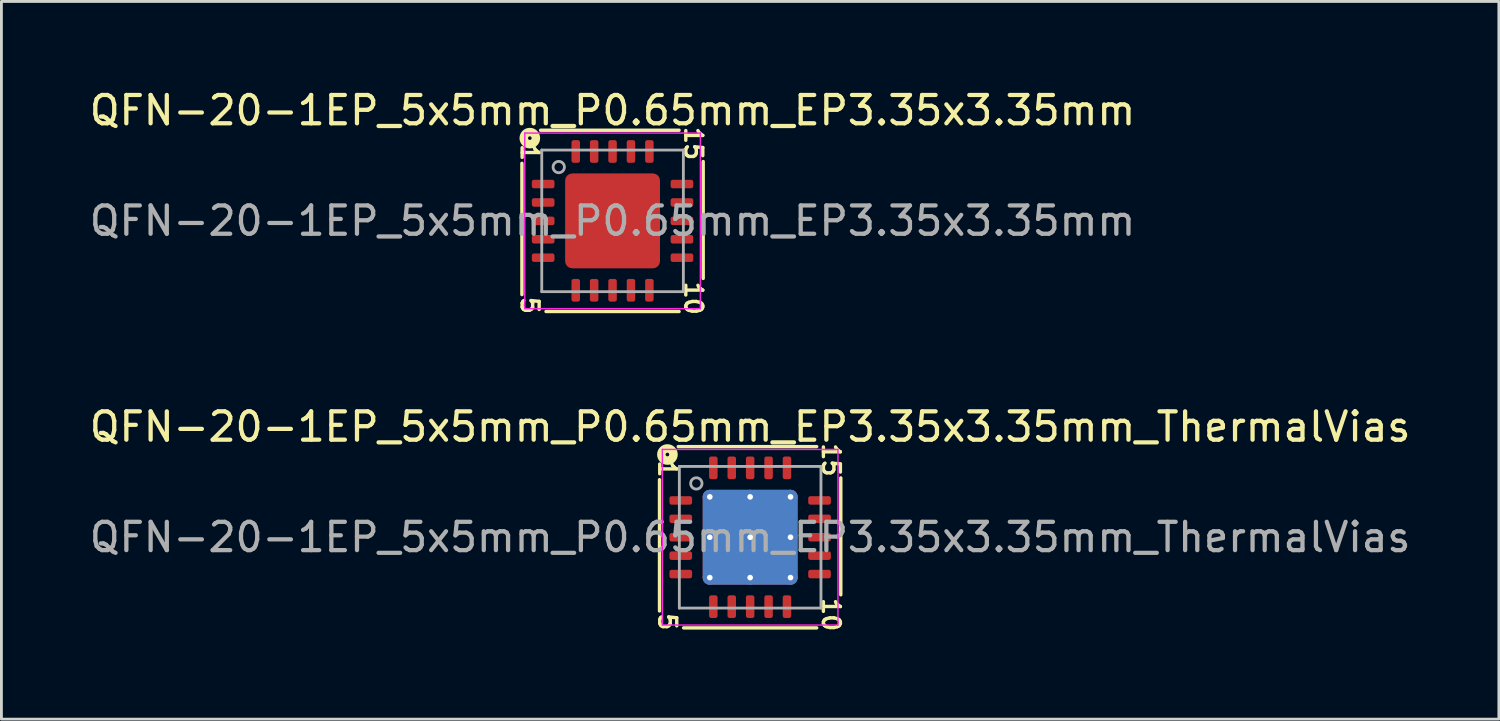
<source format=kicad_pcb>
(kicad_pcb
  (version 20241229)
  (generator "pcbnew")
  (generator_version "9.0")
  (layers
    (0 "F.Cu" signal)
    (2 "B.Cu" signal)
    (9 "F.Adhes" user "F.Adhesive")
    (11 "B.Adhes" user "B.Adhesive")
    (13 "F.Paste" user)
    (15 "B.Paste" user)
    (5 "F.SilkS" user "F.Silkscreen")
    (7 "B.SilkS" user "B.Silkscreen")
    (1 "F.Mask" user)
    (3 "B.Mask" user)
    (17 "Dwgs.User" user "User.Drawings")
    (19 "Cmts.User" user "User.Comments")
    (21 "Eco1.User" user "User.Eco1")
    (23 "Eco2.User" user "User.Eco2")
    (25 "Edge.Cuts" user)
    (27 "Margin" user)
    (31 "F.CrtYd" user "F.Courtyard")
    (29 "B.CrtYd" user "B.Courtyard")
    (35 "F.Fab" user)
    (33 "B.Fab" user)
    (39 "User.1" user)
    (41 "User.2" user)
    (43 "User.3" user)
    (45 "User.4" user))
  (footprint "QFN-20-1EP_5x5mm_P0.65mm_EP3.35x3.35mm"
    (layer "F.Cu")
    (at 18.577 4.748)
    (property "Reference" "QFN-20-1EP_5x5mm_P0.65mm_EP3.35x3.35mm" (at 0 -3.9 0) (layer "F.SilkS") (effects (font (size 1 1) (thickness 0.15))))
    (attr smd)
    (fp_line (start -3.2 -2.032) (end -3.2 2.603) (stroke (width 0.12) (type solid)) (layer "F.SilkS"))
    (fp_line (start -2.349 3.2) (end 2.349 3.2) (stroke (width 0.12) (type solid)) (layer "F.SilkS"))
    (fp_line (start 2.349 -3.2) (end -2.54 -3.2) (stroke (width 0.12) (type solid)) (layer "F.SilkS"))
    (fp_line (start 3.2 2.032) (end 3.2 -2.095) (stroke (width 0.12) (type solid)) (layer "F.SilkS"))
    (fp_circle (center -2.921 -2.921) (end -2.857 -2.921) (stroke (width 0.3) (type solid)) (fill no) (layer "F.SilkS"))
    (fp_line (start -3.1 -3.1) (end -3.1 3.1) (stroke (width 0.05) (type solid)) (layer "F.CrtYd"))
    (fp_line (start -3.1 3.1) (end 3.1 3.1) (stroke (width 0.05) (type solid)) (layer "F.CrtYd"))
    (fp_line (start 3.1 -3.1) (end -3.1 -3.1) (stroke (width 0.05) (type solid)) (layer "F.CrtYd"))
    (fp_line (start 3.1 3.1) (end 3.1 -3.1) (stroke (width 0.05) (type solid)) (layer "F.CrtYd"))
    (fp_line (start -2.5 -2.5) (end 2.5 -2.5) (stroke (width 0.1) (type solid)) (layer "F.Fab"))
    (fp_line (start -2.5 2.5) (end -2.5 -2.5) (stroke (width 0.1) (type solid)) (layer "F.Fab"))
    (fp_line (start 2.5 -2.5) (end 2.5 2.5) (stroke (width 0.1) (type solid)) (layer "F.Fab"))
    (fp_line (start 2.5 2.5) (end -2.5 2.5) (stroke (width 0.1) (type solid)) (layer "F.Fab"))
    (fp_circle (center -1.9 -1.9) (end -1.7 -1.9) (stroke (width 0.1) (type solid)) (fill no) (layer "F.Fab"))
    (fp_text user "1" (at -2.921 -2.413 270) (unlocked yes) (layer "F.SilkS") (effects (font (size 0.6 0.6) (thickness 0.12))))
    (fp_text user "5" (at -2.921 2.985 270) (unlocked yes) (layer "F.SilkS") (effects (font (size 0.6 0.6) (thickness 0.12))))
    (fp_text user "10" (at 2.857 2.731 270) (unlocked yes) (layer "F.SilkS") (effects (font (size 0.6 0.6) (thickness 0.12))))
    (fp_text user "15" (at 2.857 -2.731 270) (unlocked yes) (layer "F.SilkS") (effects (font (size 0.6 0.6) (thickness 0.12))))
    (fp_text user "${REFERENCE}" (at 0 0 0) (layer "F.Fab") (effects (font (size 1 1) (thickness 0.15))))
    (pad "" smd roundrect (at -0.84 -0.84) (size 1.35 1.35) (layers "F.Paste") (roundrect_rratio 0.185))
    (pad "" smd roundrect (at -0.84 0.84) (size 1.35 1.35) (layers "F.Paste") (roundrect_rratio 0.185))
    (pad "" smd roundrect (at 0.84 -0.84) (size 1.35 1.35) (layers "F.Paste") (roundrect_rratio 0.185))
    (pad "" smd roundrect (at 0.84 0.84) (size 1.35 1.35) (layers "F.Paste") (roundrect_rratio 0.185))
    (pad "1" smd roundrect (at -2.45 -1.3) (size 0.8 0.3) (layers "F.Cu" "F.Mask" "F.Paste") (roundrect_rratio 0.25))
    (pad "2" smd roundrect (at -2.45 -0.65) (size 0.8 0.3) (layers "F.Cu" "F.Mask" "F.Paste") (roundrect_rratio 0.25))
    (pad "3" smd roundrect (at -2.45 0) (size 0.8 0.3) (layers "F.Cu" "F.Mask" "F.Paste") (roundrect_rratio 0.25))
    (pad "4" smd roundrect (at -2.45 0.65) (size 0.8 0.3) (layers "F.Cu" "F.Mask" "F.Paste") (roundrect_rratio 0.25))
    (pad "5" smd roundrect (at -2.45 1.3) (size 0.8 0.3) (layers "F.Cu" "F.Mask" "F.Paste") (roundrect_rratio 0.25))
    (pad "6" smd roundrect (at -1.3 2.45) (size 0.3 0.8) (layers "F.Cu" "F.Mask" "F.Paste") (roundrect_rratio 0.25))
    (pad "7" smd roundrect (at -0.65 2.45) (size 0.3 0.8) (layers "F.Cu" "F.Mask" "F.Paste") (roundrect_rratio 0.25))
    (pad "8" smd roundrect (at 0 2.45) (size 0.3 0.8) (layers "F.Cu" "F.Mask" "F.Paste") (roundrect_rratio 0.25))
    (pad "9" smd roundrect (at 0.65 2.45) (size 0.3 0.8) (layers "F.Cu" "F.Mask" "F.Paste") (roundrect_rratio 0.25))
    (pad "10" smd roundrect (at 1.3 2.45) (size 0.3 0.8) (layers "F.Cu" "F.Mask" "F.Paste") (roundrect_rratio 0.25))
    (pad "11" smd roundrect (at 2.45 1.3) (size 0.8 0.3) (layers "F.Cu" "F.Mask" "F.Paste") (roundrect_rratio 0.25))
    (pad "12" smd roundrect (at 2.45 0.65) (size 0.8 0.3) (layers "F.Cu" "F.Mask" "F.Paste") (roundrect_rratio 0.25))
    (pad "13" smd roundrect (at 2.45 0) (size 0.8 0.3) (layers "F.Cu" "F.Mask" "F.Paste") (roundrect_rratio 0.25))
    (pad "14" smd roundrect (at 2.45 -0.65) (size 0.8 0.3) (layers "F.Cu" "F.Mask" "F.Paste") (roundrect_rratio 0.25))
    (pad "15" smd roundrect (at 2.45 -1.3) (size 0.8 0.3) (layers "F.Cu" "F.Mask" "F.Paste") (roundrect_rratio 0.25))
    (pad "16" smd roundrect (at 1.3 -2.45) (size 0.3 0.8) (layers "F.Cu" "F.Mask" "F.Paste") (roundrect_rratio 0.25))
    (pad "17" smd roundrect (at 0.65 -2.45) (size 0.3 0.8) (layers "F.Cu" "F.Mask" "F.Paste") (roundrect_rratio 0.25))
    (pad "18" smd roundrect (at 0 -2.45) (size 0.3 0.8) (layers "F.Cu" "F.Mask" "F.Paste") (roundrect_rratio 0.25))
    (pad "19" smd roundrect (at -0.65 -2.45) (size 0.3 0.8) (layers "F.Cu" "F.Mask" "F.Paste") (roundrect_rratio 0.25))
    (pad "20" smd roundrect (at -1.3 -2.45) (size 0.3 0.8) (layers "F.Cu" "F.Mask" "F.Paste") (roundrect_rratio 0.25))
    (pad "21" smd roundrect (at 0 0) (size 3.35 3.35) (layers "F.Cu" "F.Mask") (roundrect_rratio 0.075)))
  (footprint "QFN-20-1EP_5x5mm_P0.65mm_EP3.35x3.35mm_ThermalVias"
    (layer "F.Cu")
    (at 23.435 15.918)
    (property "Reference" "QFN-20-1EP_5x5mm_P0.65mm_EP3.35x3.35mm_ThermalVias" (at 0 -3.9 0) (layer "F.SilkS") (effects (font (size 1 1) (thickness 0.15))))
    (attr smd)
    (fp_line (start -3.2 -2.032) (end -3.2 2.603) (stroke (width 0.12) (type solid)) (layer "F.SilkS"))
    (fp_line (start -2.349 3.2) (end 2.349 3.2) (stroke (width 0.12) (type solid)) (layer "F.SilkS"))
    (fp_line (start 2.349 -3.2) (end -2.54 -3.2) (stroke (width 0.12) (type solid)) (layer "F.SilkS"))
    (fp_line (start 3.2 2.032) (end 3.2 -2.095) (stroke (width 0.12) (type solid)) (layer "F.SilkS"))
    (fp_circle (center -2.921 -2.921) (end -2.857 -2.921) (stroke (width 0.3) (type solid)) (fill no) (layer "F.SilkS"))
    (fp_line (start -3.1 -3.1) (end -3.1 3.1) (stroke (width 0.05) (type solid)) (layer "F.CrtYd"))
    (fp_line (start -3.1 3.1) (end 3.1 3.1) (stroke (width 0.05) (type solid)) (layer "F.CrtYd"))
    (fp_line (start 3.1 -3.1) (end -3.1 -3.1) (stroke (width 0.05) (type solid)) (layer "F.CrtYd"))
    (fp_line (start 3.1 3.1) (end 3.1 -3.1) (stroke (width 0.05) (type solid)) (layer "F.CrtYd"))
    (fp_line (start -2.5 -2.5) (end 2.5 -2.5) (stroke (width 0.1) (type solid)) (layer "F.Fab"))
    (fp_line (start -2.5 2.5) (end -2.5 -2.5) (stroke (width 0.1) (type solid)) (layer "F.Fab"))
    (fp_line (start 2.5 -2.5) (end 2.5 2.5) (stroke (width 0.1) (type solid)) (layer "F.Fab"))
    (fp_line (start 2.5 2.5) (end -2.5 2.5) (stroke (width 0.1) (type solid)) (layer "F.Fab"))
    (fp_circle (center -1.9 -1.9) (end -1.7 -1.9) (stroke (width 0.1) (type solid)) (fill no) (layer "F.Fab"))
    (fp_text user "10" (at 2.857 2.731 270) (unlocked yes) (layer "F.SilkS") (effects (font (size 0.6 0.6) (thickness 0.12))))
    (fp_text user "15" (at 2.857 -2.731 270) (unlocked yes) (layer "F.SilkS") (effects (font (size 0.6 0.6) (thickness 0.12))))
    (fp_text user "1" (at -2.921 -2.413 270) (unlocked yes) (layer "F.SilkS") (effects (font (size 0.6 0.6) (thickness 0.12))))
    (fp_text user "5" (at -2.921 2.985 270) (unlocked yes) (layer "F.SilkS") (effects (font (size 0.6 0.6) (thickness 0.12))))
    (fp_text user "${REFERENCE}" (at 0 0 0) (layer "F.Fab") (effects (font (size 1 1) (thickness 0.15))))
    (pad "" smd roundrect (at -0.84 -0.84) (size 1.45 1.45) (layers "F.Paste") (roundrect_rratio 0.172))
    (pad "" smd roundrect (at -0.84 0.84) (size 1.45 1.45) (layers "F.Paste") (roundrect_rratio 0.172))
    (pad "" smd roundrect (at 0.84 -0.84) (size 1.45 1.45) (layers "F.Paste") (roundrect_rratio 0.172))
    (pad "" smd roundrect (at 0.84 0.84) (size 1.45 1.45) (layers "F.Paste") (roundrect_rratio 0.172))
    (pad "1" smd roundrect (at -2.45 -1.3) (size 0.8 0.3) (layers "F.Cu" "F.Mask" "F.Paste") (roundrect_rratio 0.25))
    (pad "2" smd roundrect (at -2.45 -0.65) (size 0.8 0.3) (layers "F.Cu" "F.Mask" "F.Paste") (roundrect_rratio 0.25))
    (pad "3" smd roundrect (at -2.45 0) (size 0.8 0.3) (layers "F.Cu" "F.Mask" "F.Paste") (roundrect_rratio 0.25))
    (pad "4" smd roundrect (at -2.45 0.65) (size 0.8 0.3) (layers "F.Cu" "F.Mask" "F.Paste") (roundrect_rratio 0.25))
    (pad "5" smd roundrect (at -2.45 1.3) (size 0.8 0.3) (layers "F.Cu" "F.Mask" "F.Paste") (roundrect_rratio 0.25))
    (pad "6" smd roundrect (at -1.3 2.45) (size 0.3 0.8) (layers "F.Cu" "F.Mask" "F.Paste") (roundrect_rratio 0.25))
    (pad "7" smd roundrect (at -0.65 2.45) (size 0.3 0.8) (layers "F.Cu" "F.Mask" "F.Paste") (roundrect_rratio 0.25))
    (pad "8" smd roundrect (at 0 2.45) (size 0.3 0.8) (layers "F.Cu" "F.Mask" "F.Paste") (roundrect_rratio 0.25))
    (pad "9" smd roundrect (at 0.65 2.45) (size 0.3 0.8) (layers "F.Cu" "F.Mask" "F.Paste") (roundrect_rratio 0.25))
    (pad "10" smd roundrect (at 1.3 2.45) (size 0.3 0.8) (layers "F.Cu" "F.Mask" "F.Paste") (roundrect_rratio 0.25))
    (pad "11" smd roundrect (at 2.45 1.3) (size 0.8 0.3) (layers "F.Cu" "F.Mask" "F.Paste") (roundrect_rratio 0.25))
    (pad "12" smd roundrect (at 2.45 0.65) (size 0.8 0.3) (layers "F.Cu" "F.Mask" "F.Paste") (roundrect_rratio 0.25))
    (pad "13" smd roundrect (at 2.45 0) (size 0.8 0.3) (layers "F.Cu" "F.Mask" "F.Paste") (roundrect_rratio 0.25))
    (pad "14" smd roundrect (at 2.45 -0.65) (size 0.8 0.3) (layers "F.Cu" "F.Mask" "F.Paste") (roundrect_rratio 0.25))
    (pad "15" smd roundrect (at 2.45 -1.3) (size 0.8 0.3) (layers "F.Cu" "F.Mask" "F.Paste") (roundrect_rratio 0.25))
    (pad "16" smd roundrect (at 1.3 -2.45) (size 0.3 0.8) (layers "F.Cu" "F.Mask" "F.Paste") (roundrect_rratio 0.25))
    (pad "17" smd roundrect (at 0.65 -2.45) (size 0.3 0.8) (layers "F.Cu" "F.Mask" "F.Paste") (roundrect_rratio 0.25))
    (pad "18" smd roundrect (at 0 -2.45) (size 0.3 0.8) (layers "F.Cu" "F.Mask" "F.Paste") (roundrect_rratio 0.25))
    (pad "19" smd roundrect (at -0.65 -2.45) (size 0.3 0.8) (layers "F.Cu" "F.Mask" "F.Paste") (roundrect_rratio 0.25))
    (pad "20" smd roundrect (at -1.3 -2.45) (size 0.3 0.8) (layers "F.Cu" "F.Mask" "F.Paste") (roundrect_rratio 0.25))
    (pad "21" thru_hole circle (at -1.425 -1.425) (size 0.5 0.5) (drill 0.2) (property pad_prop_heatsink) (layers "*.Cu"))
    (pad "21" thru_hole circle (at -1.425 0) (size 0.5 0.5) (drill 0.2) (property pad_prop_heatsink) (layers "*.Cu"))
    (pad "21" thru_hole circle (at -1.425 1.425) (size 0.5 0.5) (drill 0.2) (property pad_prop_heatsink) (layers "*.Cu"))
    (pad "21" thru_hole circle (at 0 -1.425) (size 0.5 0.5) (drill 0.2) (property pad_prop_heatsink) (layers "*.Cu"))
    (pad "21" thru_hole circle (at 0 0) (size 0.5 0.5) (drill 0.2) (property pad_prop_heatsink) (layers "*.Cu"))
    (pad "21" smd roundrect (at 0 0) (size 3.35 3.35) (layers "F.Cu" "F.Mask") (roundrect_rratio 0.075))
    (pad "21" smd roundrect (at 0 0) (size 3.35 3.35) (layers "B.Cu" "B.Mask") (roundrect_rratio 0.075))
    (pad "21" thru_hole circle (at 0 1.425) (size 0.5 0.5) (drill 0.2) (property pad_prop_heatsink) (layers "*.Cu"))
    (pad "21" thru_hole circle (at 1.425 -1.425) (size 0.5 0.5) (drill 0.2) (property pad_prop_heatsink) (layers "*.Cu"))
    (pad "21" thru_hole circle (at 1.425 0) (size 0.5 0.5) (drill 0.2) (property pad_prop_heatsink) (layers "*.Cu"))
    (pad "21" thru_hole circle (at 1.425 1.425) (size 0.5 0.5) (drill 0.2) (property pad_prop_heatsink) (layers "*.Cu")))
  (gr_rect
    (start -3 -3)
    (end 49.869 22.34)
    (stroke (width 0.1) (type default))
    (fill no)
    (layer "Edge.Cuts")))
</source>
